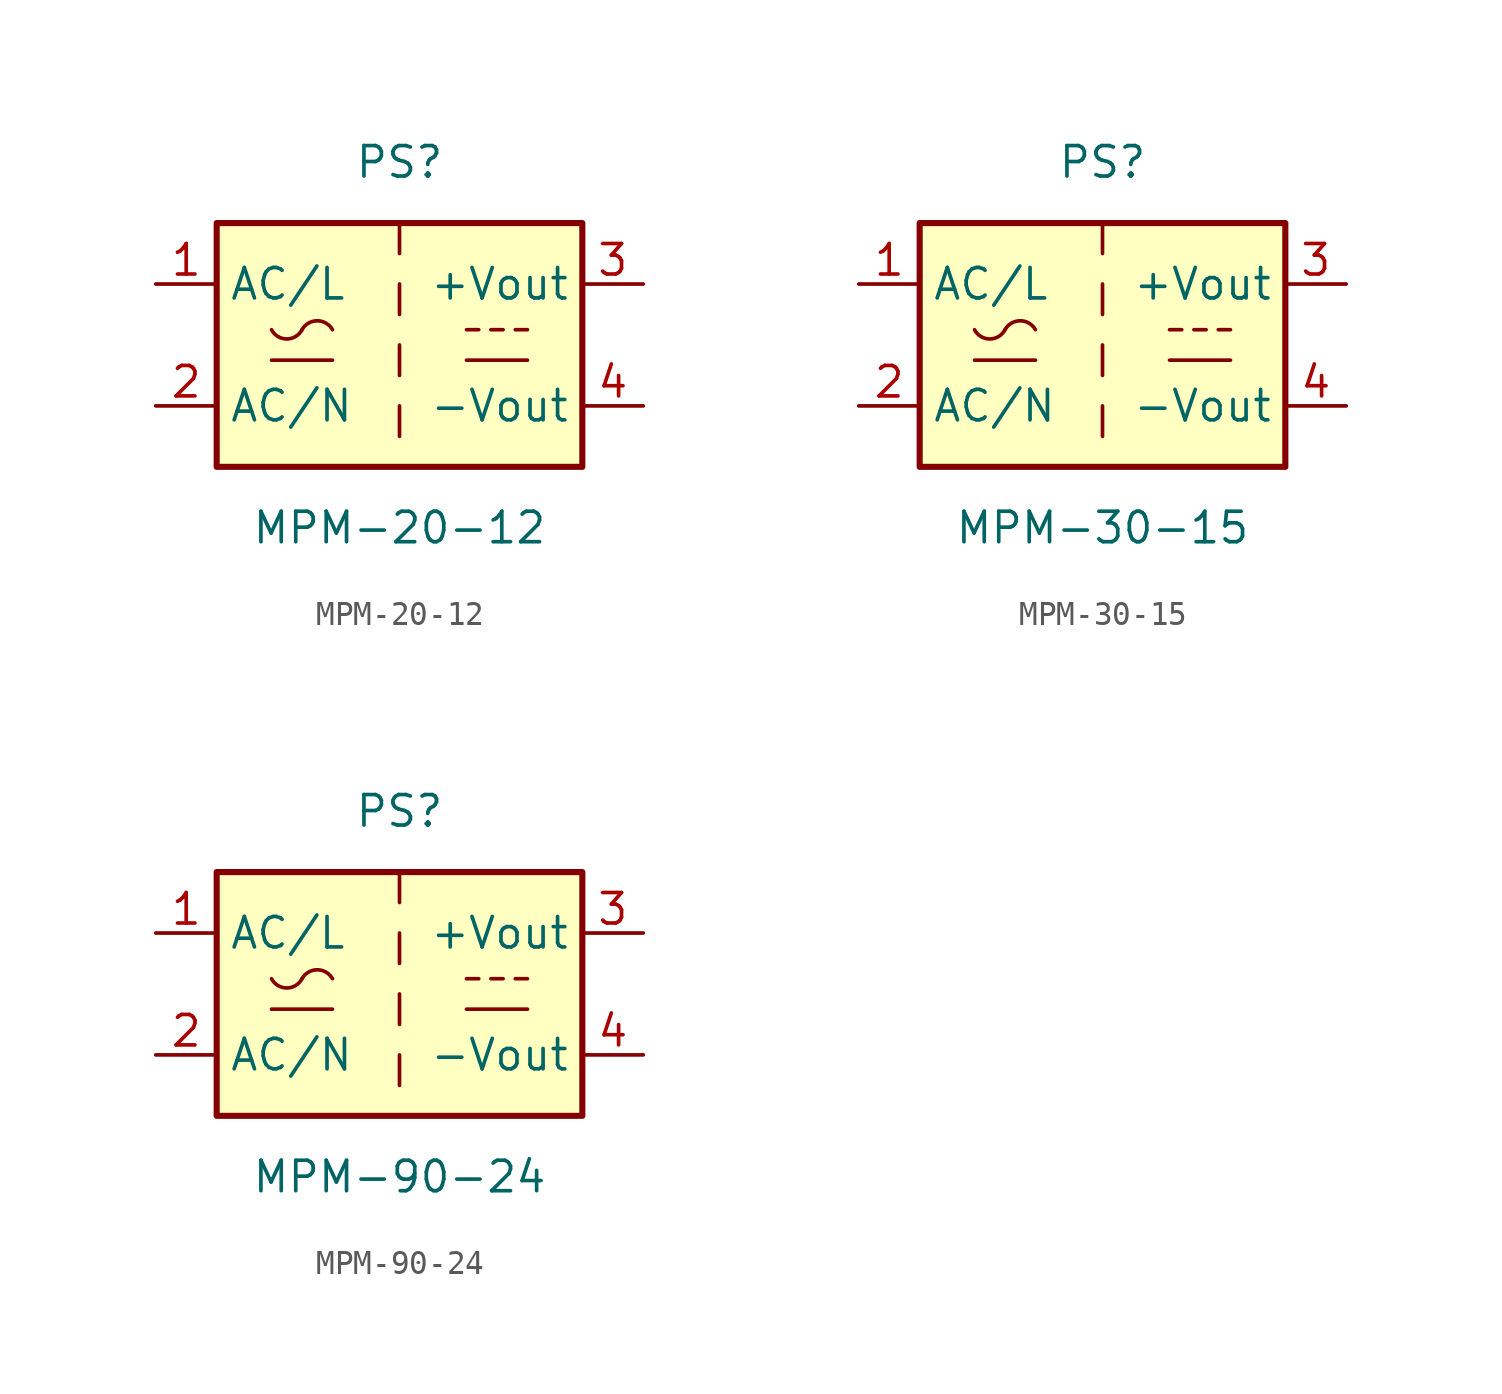
<source format=kicad_sym>
(kicad_symbol_lib
  (version 20211014)
  (generator kicad_symbol_editor)
  (symbol "MPM-20-12"
    (property "Reference" "PS"
      (at 0 7.62 0)
      (effects (font (size 1.27 1.27))))
    (property "Value" "MPM-20-12"
      (at 0 -7.62 0)
      (effects (font (size 1.27 1.27))))
    (symbol "MPM-20-12_1_1"
      (rectangle (start -7.62 5.08) (end 7.62 -5.08) (stroke (width 0.254) (type default) (color 0 0 0 0)) (fill (type background)))
      (arc (start -5.334 0.635) (mid -4.699 0.2495) (end -4.064 0.635) (stroke (width 0) (type default) (color 0 0 0 0)) (fill (type none)))
      (arc (start -2.794 0.635) (mid -3.429 1.0072) (end -4.064 0.635) (stroke (width 0) (type default) (color 0 0 0 0)) (fill (type none)))
      (polyline (pts (xy -5.334 -0.635) (xy -2.794 -0.635)) (stroke (width 0) (type default) (color 0 0 0 0)) (fill (type none)))
      (polyline (pts (xy 0 -2.54) (xy 0 -3.81)) (stroke (width 0) (type default) (color 0 0 0 0)) (fill (type none)))
      (polyline (pts (xy 0 0) (xy 0 -1.27)) (stroke (width 0) (type default) (color 0 0 0 0)) (fill (type none)))
      (polyline (pts (xy 0 2.54) (xy 0 1.27)) (stroke (width 0) (type default) (color 0 0 0 0)) (fill (type none)))
      (polyline (pts (xy 0 5.08) (xy 0 3.81)) (stroke (width 0) (type default) (color 0 0 0 0)) (fill (type none)))
      (polyline (pts (xy 2.794 -0.635) (xy 5.334 -0.635)) (stroke (width 0) (type default) (color 0 0 0 0)) (fill (type none)))
      (polyline (pts (xy 2.794 0.635) (xy 3.302 0.635)) (stroke (width 0) (type default) (color 0 0 0 0)) (fill (type none)))
      (polyline (pts (xy 3.81 0.635) (xy 4.318 0.635)) (stroke (width 0) (type default) (color 0 0 0 0)) (fill (type none)))
      (polyline (pts (xy 4.826 0.635) (xy 5.334 0.635)) (stroke (width 0) (type default) (color 0 0 0 0)) (fill (type none)))
      (pin power_in line (at -10.16 2.54 0) (length 2.54) (name "AC/L" (effects (font (size 1.27 1.27)))) (number "1" (effects (font (size 1.27 1.27)))))
      (pin power_in line (at -10.16 -2.54 0) (length 2.54) (name "AC/N" (effects (font (size 1.27 1.27)))) (number "2" (effects (font (size 1.27 1.27)))))
      (pin power_out line (at 10.16 2.54 180) (length 2.54) (name "+Vout" (effects (font (size 1.27 1.27)))) (number "3" (effects (font (size 1.27 1.27)))))
      (pin power_out line (at 10.16 -2.54 180) (length 2.54) (name "-Vout" (effects (font (size 1.27 1.27)))) (number "4" (effects (font (size 1.27 1.27)))))))
  (symbol "MPM-30-15"
    (property "Reference" "PS"
      (at 0 7.62 0)
      (effects (font (size 1.27 1.27))))
    (property "Value" "MPM-30-15"
      (at 0 -7.62 0)
      (effects (font (size 1.27 1.27))))
    (symbol "MPM-30-15_1_1"
      (rectangle (start -7.62 5.08) (end 7.62 -5.08) (stroke (width 0.254) (type default) (color 0 0 0 0)) (fill (type background)))
      (arc (start -5.334 0.635) (mid -4.699 0.2495) (end -4.064 0.635) (stroke (width 0) (type default) (color 0 0 0 0)) (fill (type none)))
      (arc (start -2.794 0.635) (mid -3.429 1.0072) (end -4.064 0.635) (stroke (width 0) (type default) (color 0 0 0 0)) (fill (type none)))
      (polyline (pts (xy -5.334 -0.635) (xy -2.794 -0.635)) (stroke (width 0) (type default) (color 0 0 0 0)) (fill (type none)))
      (polyline (pts (xy 0 -2.54) (xy 0 -3.81)) (stroke (width 0) (type default) (color 0 0 0 0)) (fill (type none)))
      (polyline (pts (xy 0 0) (xy 0 -1.27)) (stroke (width 0) (type default) (color 0 0 0 0)) (fill (type none)))
      (polyline (pts (xy 0 2.54) (xy 0 1.27)) (stroke (width 0) (type default) (color 0 0 0 0)) (fill (type none)))
      (polyline (pts (xy 0 5.08) (xy 0 3.81)) (stroke (width 0) (type default) (color 0 0 0 0)) (fill (type none)))
      (polyline (pts (xy 2.794 -0.635) (xy 5.334 -0.635)) (stroke (width 0) (type default) (color 0 0 0 0)) (fill (type none)))
      (polyline (pts (xy 2.794 0.635) (xy 3.302 0.635)) (stroke (width 0) (type default) (color 0 0 0 0)) (fill (type none)))
      (polyline (pts (xy 3.81 0.635) (xy 4.318 0.635)) (stroke (width 0) (type default) (color 0 0 0 0)) (fill (type none)))
      (polyline (pts (xy 4.826 0.635) (xy 5.334 0.635)) (stroke (width 0) (type default) (color 0 0 0 0)) (fill (type none)))
      (pin power_in line (at -10.16 2.54 0) (length 2.54) (name "AC/L" (effects (font (size 1.27 1.27)))) (number "1" (effects (font (size 1.27 1.27)))))
      (pin power_in line (at -10.16 -2.54 0) (length 2.54) (name "AC/N" (effects (font (size 1.27 1.27)))) (number "2" (effects (font (size 1.27 1.27)))))
      (pin power_out line (at 10.16 2.54 180) (length 2.54) (name "+Vout" (effects (font (size 1.27 1.27)))) (number "3" (effects (font (size 1.27 1.27)))))
      (pin power_out line (at 10.16 -2.54 180) (length 2.54) (name "-Vout" (effects (font (size 1.27 1.27)))) (number "4" (effects (font (size 1.27 1.27)))))))
  (symbol "MPM-90-24"
    (property "Reference" "PS"
      (at 0 7.62 0)
      (effects (font (size 1.27 1.27))))
    (property "Value" "MPM-90-24"
      (at 0 -7.62 0)
      (effects (font (size 1.27 1.27))))
    (symbol "MPM-90-24_1_1"
      (rectangle (start -7.62 5.08) (end 7.62 -5.08) (stroke (width 0.254) (type default) (color 0 0 0 0)) (fill (type background)))
      (arc (start -5.334 0.635) (mid -4.699 0.2495) (end -4.064 0.635) (stroke (width 0) (type default) (color 0 0 0 0)) (fill (type none)))
      (arc (start -2.794 0.635) (mid -3.429 1.0072) (end -4.064 0.635) (stroke (width 0) (type default) (color 0 0 0 0)) (fill (type none)))
      (polyline (pts (xy -5.334 -0.635) (xy -2.794 -0.635)) (stroke (width 0) (type default) (color 0 0 0 0)) (fill (type none)))
      (polyline (pts (xy 0 -2.54) (xy 0 -3.81)) (stroke (width 0) (type default) (color 0 0 0 0)) (fill (type none)))
      (polyline (pts (xy 0 0) (xy 0 -1.27)) (stroke (width 0) (type default) (color 0 0 0 0)) (fill (type none)))
      (polyline (pts (xy 0 2.54) (xy 0 1.27)) (stroke (width 0) (type default) (color 0 0 0 0)) (fill (type none)))
      (polyline (pts (xy 0 5.08) (xy 0 3.81)) (stroke (width 0) (type default) (color 0 0 0 0)) (fill (type none)))
      (polyline (pts (xy 2.794 -0.635) (xy 5.334 -0.635)) (stroke (width 0) (type default) (color 0 0 0 0)) (fill (type none)))
      (polyline (pts (xy 2.794 0.635) (xy 3.302 0.635)) (stroke (width 0) (type default) (color 0 0 0 0)) (fill (type none)))
      (polyline (pts (xy 3.81 0.635) (xy 4.318 0.635)) (stroke (width 0) (type default) (color 0 0 0 0)) (fill (type none)))
      (polyline (pts (xy 4.826 0.635) (xy 5.334 0.635)) (stroke (width 0) (type default) (color 0 0 0 0)) (fill (type none)))
      (pin power_in line (at -10.16 2.54 0) (length 2.54) (name "AC/L" (effects (font (size 1.27 1.27)))) (number "1" (effects (font (size 1.27 1.27)))))
      (pin power_in line (at -10.16 -2.54 0) (length 2.54) (name "AC/N" (effects (font (size 1.27 1.27)))) (number "2" (effects (font (size 1.27 1.27)))))
      (pin power_out line (at 10.16 2.54 180) (length 2.54) (name "+Vout" (effects (font (size 1.27 1.27)))) (number "3" (effects (font (size 1.27 1.27)))))
      (pin power_out line (at 10.16 -2.54 180) (length 2.54) (name "-Vout" (effects (font (size 1.27 1.27)))) (number "4" (effects (font (size 1.27 1.27))))))))
</source>
